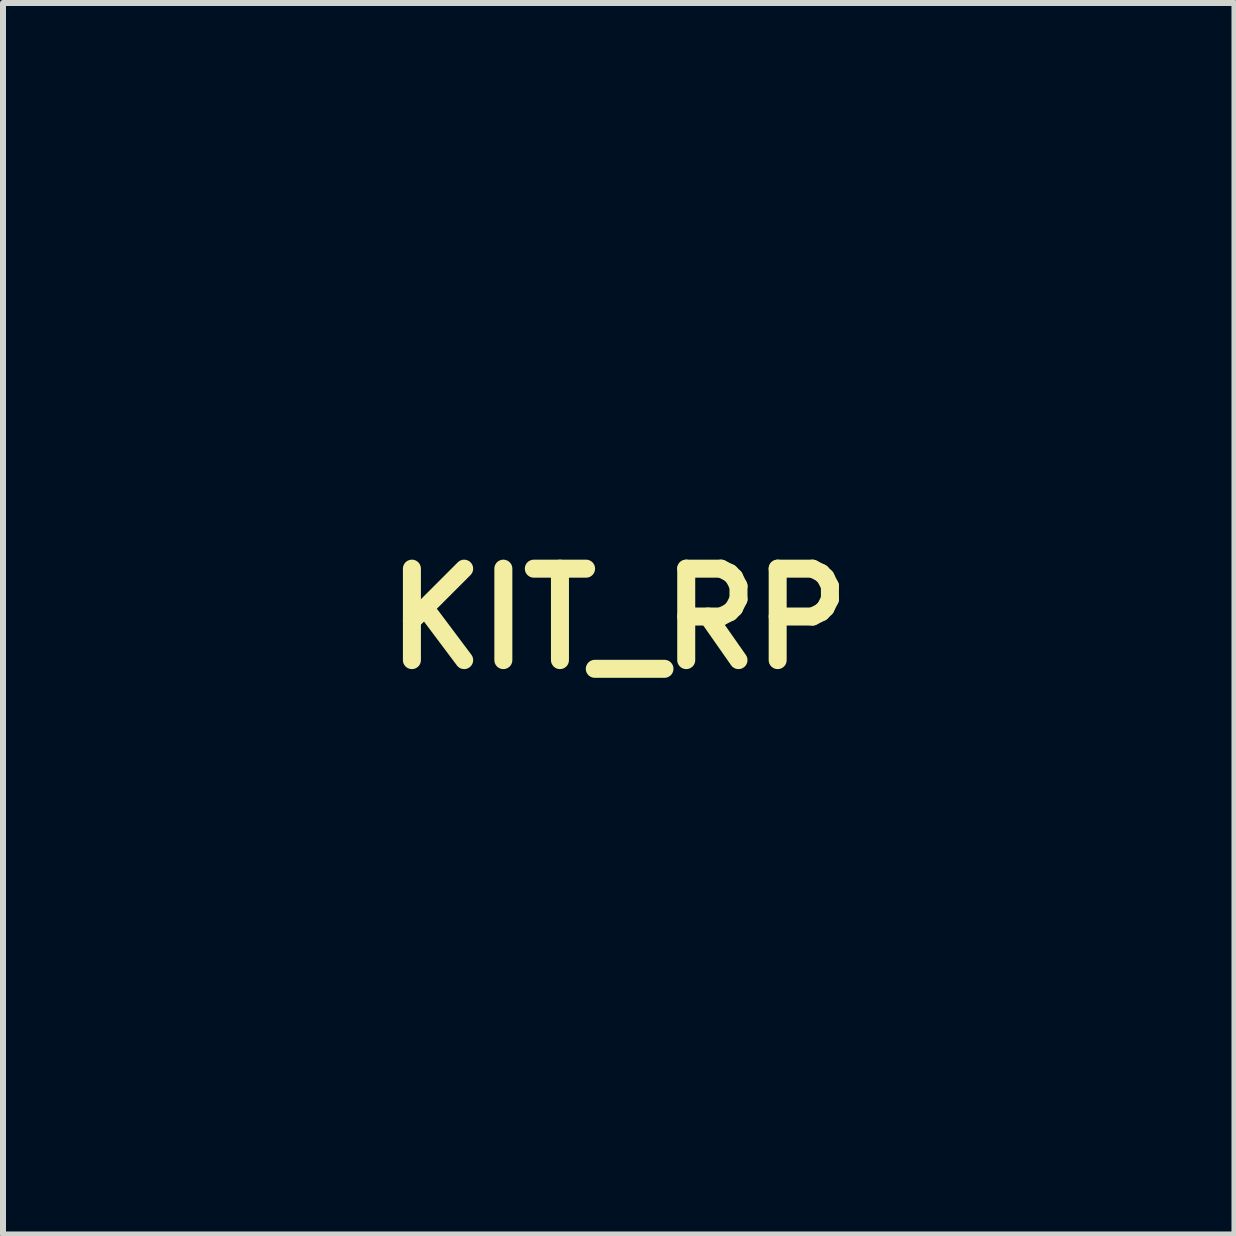
<source format=kicad_pcb>
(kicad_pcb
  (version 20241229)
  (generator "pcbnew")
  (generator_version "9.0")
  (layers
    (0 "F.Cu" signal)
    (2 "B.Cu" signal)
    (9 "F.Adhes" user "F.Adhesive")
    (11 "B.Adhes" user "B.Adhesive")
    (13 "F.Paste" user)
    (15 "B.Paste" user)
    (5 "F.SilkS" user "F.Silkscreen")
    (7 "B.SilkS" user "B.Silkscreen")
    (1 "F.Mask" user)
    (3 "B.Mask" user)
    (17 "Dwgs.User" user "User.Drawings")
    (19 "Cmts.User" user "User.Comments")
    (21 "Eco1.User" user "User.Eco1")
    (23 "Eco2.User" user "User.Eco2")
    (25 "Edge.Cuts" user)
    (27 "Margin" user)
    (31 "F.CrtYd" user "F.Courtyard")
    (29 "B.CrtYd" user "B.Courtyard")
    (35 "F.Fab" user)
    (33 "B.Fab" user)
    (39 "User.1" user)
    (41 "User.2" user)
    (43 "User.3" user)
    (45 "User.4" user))
  (footprint "KIT_RP"
    (layer "F.Cu")
    (at 7.262 7.262)
    (property "Reference" "KIT_RP" (at 0 0 0) (layer "F.SilkS") (effects (font (size 1.524 1.524) (thickness 0.3))))
    (attr through_hole)
    (fp_poly (pts (xy 0.898 -2.42) (xy 0.893 -2.401) (xy 0.886 -2.372) (xy 0.877 -2.335) (xy 0.866 -2.294) (xy 0.865 -2.288) (xy 0.856 -2.255) (xy 0.843 -2.209) (xy 0.829 -2.153) (xy 0.812 -2.089) (xy 0.793 -2.018) (xy 0.773 -1.943) (xy 0.752 -1.865) (xy 0.731 -1.786) (xy 0.722 -1.753) (xy 0.699 -1.666) (xy 0.673 -1.568) (xy 0.645 -1.462) (xy 0.616 -1.352) (xy 0.586 -1.241) (xy 0.557 -1.132) (xy 0.529 -1.028) (xy 0.504 -0.933) (xy 0.5 -0.918) (xy 0.478 -0.834) (xy 0.455 -0.749) (xy 0.433 -0.665) (xy 0.411 -0.583) (xy 0.39 -0.506) (xy 0.372 -0.435) (xy 0.355 -0.374) (xy 0.342 -0.322) (xy 0.334 -0.294) (xy 0.321 -0.243) (xy 0.304 -0.18) (xy 0.285 -0.107) (xy 0.263 -0.023) (xy 0.239 0.068) (xy 0.214 0.165) (xy 0.187 0.266) (xy 0.16 0.371) (xy 0.133 0.477) (xy 0.105 0.582) (xy 0.078 0.686) (xy 0.052 0.787) (xy 0.027 0.882) (xy 0.004 0.971) (xy -0.007 1.016) (xy -0.022 1.076) (xy -0.037 1.131) (xy -0.05 1.181) (xy -0.061 1.224) (xy -0.07 1.258) (xy -0.076 1.281) (xy -0.079 1.292) (xy -0.08 1.287) (xy -0.081 1.268) (xy -0.081 1.236) (xy -0.082 1.193) (xy -0.083 1.137) (xy -0.084 1.072) (xy -0.084 0.996) (xy -0.085 0.912) (xy -0.086 0.819) (xy -0.087 0.719) (xy -0.087 0.612) (xy -0.088 0.499) (xy -0.089 0.381) (xy -0.089 0.259) (xy -0.089 0.254) (xy -0.09 0.106) (xy -0.091 -0.028) (xy -0.091 -0.149) (xy -0.092 -0.258) (xy -0.092 -0.356) (xy -0.093 -0.443) (xy -0.094 -0.52) (xy -0.095 -0.589) (xy -0.096 -0.649) (xy -0.097 -0.701) (xy -0.098 -0.747) (xy -0.1 -0.787) (xy -0.102 -0.822) (xy -0.104 -0.852) (xy -0.106 -0.879) (xy -0.109 -0.903) (xy -0.112 -0.926) (xy -0.116 -0.947) (xy -0.12 -0.967) (xy -0.124 -0.988) (xy -0.129 -1.01) (xy -0.134 -1.034) (xy -0.135 -1.036) (xy -0.165 -1.152) (xy -0.205 -1.268) (xy -0.252 -1.379) (xy -0.306 -1.484) (xy -0.364 -1.578) (xy -0.373 -1.59) (xy -0.426 -1.666) (xy -0.389 -1.671) (xy -0.367 -1.674) (xy -0.334 -1.678) (xy -0.297 -1.683) (xy -0.266 -1.687) (xy -0.118 -1.714) (xy 0.025 -1.755) (xy 0.163 -1.809) (xy 0.297 -1.877) (xy 0.425 -1.958) (xy 0.547 -2.052) (xy 0.664 -2.159) (xy 0.775 -2.279) (xy 0.825 -2.34) (xy 0.849 -2.371) (xy 0.87 -2.396) (xy 0.887 -2.415) (xy 0.896 -2.426) (xy 0.899 -2.428) (xy 0.898 -2.42)) (stroke (width 0.01) (type solid)) (fill yes) (layer "F.Mask"))
    (fp_poly (pts (xy 0.338 -5.499) (xy 0.375 -5.496) (xy 0.42 -5.491) (xy 0.471 -5.485) (xy 0.526 -5.477) (xy 0.582 -5.469) (xy 0.636 -5.46) (xy 0.671 -5.454) (xy 0.888 -5.408) (xy 1.11 -5.35) (xy 1.34 -5.278) (xy 1.576 -5.194) (xy 1.819 -5.098) (xy 2.069 -4.988) (xy 2.325 -4.866) (xy 2.587 -4.731) (xy 2.856 -4.584) (xy 3.132 -4.424) (xy 3.413 -4.251) (xy 3.701 -4.066) (xy 3.995 -3.868) (xy 4.296 -3.657) (xy 4.603 -3.435) (xy 4.915 -3.199) (xy 5.234 -2.951) (xy 5.381 -2.835) (xy 5.453 -2.777) (xy 5.515 -2.728) (xy 5.566 -2.686) (xy 5.609 -2.652) (xy 5.642 -2.625) (xy 5.668 -2.604) (xy 5.686 -2.589) (xy 5.698 -2.579) (xy 5.703 -2.573) (xy 5.704 -2.572) (xy 5.697 -2.571) (xy 5.676 -2.571) (xy 5.641 -2.571) (xy 5.592 -2.571) (xy 5.531 -2.571) (xy 5.457 -2.571) (xy 5.371 -2.571) (xy 5.273 -2.571) (xy 5.163 -2.57) (xy 5.043 -2.57) (xy 4.912 -2.57) (xy 4.771 -2.57) (xy 4.62 -2.57) (xy 4.459 -2.57) (xy 4.29 -2.57) (xy 4.111 -2.57) (xy 3.925 -2.57) (xy 3.73 -2.569) (xy 3.528 -2.569) (xy 3.319 -2.569) (xy 3.103 -2.569) (xy 2.881 -2.569) (xy 2.653 -2.569) (xy 2.419 -2.569) (xy 2.18 -2.569) (xy 1.936 -2.569) (xy 1.688 -2.569) (xy 1.435 -2.569) (xy 1.179 -2.569) (xy 1.161 -2.569) (xy 0.862 -2.569) (xy 0.571 -2.569) (xy 0.287 -2.569) (xy 0.013 -2.569) (xy -0.253 -2.569) (xy -0.51 -2.569) (xy -0.757 -2.57) (xy -0.995 -2.57) (xy -1.223 -2.57) (xy -1.442 -2.57) (xy -1.65 -2.57) (xy -1.847 -2.57) (xy -2.034 -2.571) (xy -2.21 -2.571) (xy -2.374 -2.571) (xy -2.527 -2.572) (xy -2.668 -2.572) (xy -2.798 -2.572) (xy -2.915 -2.572) (xy -3.019 -2.573) (xy -3.111 -2.573) (xy -3.19 -2.574) (xy -3.256 -2.574) (xy -3.308 -2.574) (xy -3.347 -2.575) (xy -3.371 -2.575) (xy -3.381 -2.576) (xy -3.382 -2.576) (xy -3.38 -2.584) (xy -3.373 -2.605) (xy -3.362 -2.637) (xy -3.348 -2.68) (xy -3.33 -2.733) (xy -3.309 -2.795) (xy -3.286 -2.865) (xy -3.26 -2.941) (xy -3.232 -3.024) (xy -3.203 -3.111) (xy -3.172 -3.201) (xy -3.141 -3.295) (xy -3.108 -3.39) (xy -3.075 -3.487) (xy -3.043 -3.583) (xy -3.01 -3.678) (xy -2.979 -3.771) (xy -2.948 -3.861) (xy -2.919 -3.946) (xy -2.891 -4.027) (xy -2.866 -4.101) (xy -2.843 -4.168) (xy -2.822 -4.227) (xy -2.805 -4.278) (xy -2.791 -4.318) (xy -2.781 -4.347) (xy -2.775 -4.363) (xy -2.773 -4.367) (xy -2.767 -4.368) (xy -2.75 -4.369) (xy -2.722 -4.37) (xy -2.682 -4.371) (xy -2.631 -4.371) (xy -2.568 -4.372) (xy -2.492 -4.373) (xy -2.405 -4.373) (xy -2.305 -4.374) (xy -2.193 -4.374) (xy -2.067 -4.375) (xy -1.929 -4.375) (xy -1.778 -4.376) (xy -1.613 -4.376) (xy -1.434 -4.376) (xy -1.242 -4.377) (xy -1.036 -4.377) (xy -0.815 -4.377) (xy -0.662 -4.377) (xy -0.428 -4.378) (xy -0.209 -4.378) (xy -0.004 -4.378) (xy 0.187 -4.379) (xy 0.364 -4.379) (xy 0.527 -4.38) (xy 0.677 -4.38) (xy 0.812 -4.38) (xy 0.935 -4.381) (xy 1.043 -4.382) (xy 1.139 -4.382) (xy 1.221 -4.383) (xy 1.291 -4.383) (xy 1.347 -4.384) (xy 1.391 -4.385) (xy 1.422 -4.386) (xy 1.441 -4.386) (xy 1.447 -4.387) (xy 1.447 -4.397) (xy 1.444 -4.418) (xy 1.439 -4.446) (xy 1.433 -4.478) (xy 1.403 -4.602) (xy 1.367 -4.715) (xy 1.324 -4.817) (xy 1.273 -4.911) (xy 1.213 -4.998) (xy 1.144 -5.081) (xy 1.11 -5.116) (xy 1.018 -5.198) (xy 0.914 -5.272) (xy 0.799 -5.337) (xy 0.672 -5.393) (xy 0.533 -5.44) (xy 0.383 -5.478) (xy 0.36 -5.483) (xy 0.327 -5.49) (xy 0.306 -5.495) (xy 0.298 -5.498) (xy 0.301 -5.5) (xy 0.314 -5.5) (xy 0.338 -5.499)) (stroke (width 0.01) (type solid)) (fill yes) (layer "F.Mask"))
    (fp_poly (pts (xy 7.257 7.257) (xy -7.257 7.257) (xy -7.257 1.469) (xy -6.096 1.469) (xy -6.096 5.341) (xy -5.37 5.341) (xy -5.37 4.001) (xy -5.198 3.838) (xy -5.154 3.797) (xy -5.113 3.758) (xy -5.074 3.721) (xy -5.04 3.69) (xy -5.013 3.664) (xy -4.994 3.646) (xy -4.989 3.641) (xy -4.952 3.607) (xy -4.735 3.906) (xy -4.689 3.97) (xy -4.642 4.035) (xy -4.596 4.099) (xy -4.551 4.16) (xy -4.51 4.216) (xy -4.474 4.266) (xy -4.444 4.308) (xy -4.423 4.336) (xy -4.402 4.364) (xy -4.374 4.403) (xy -4.34 4.451) (xy -4.299 4.506) (xy -4.254 4.568) (xy -4.206 4.635) (xy -4.155 4.705) (xy -4.102 4.778) (xy -4.048 4.852) (xy -4.017 4.895) (xy -3.966 4.965) (xy -3.917 5.032) (xy -3.872 5.095) (xy -3.83 5.152) (xy -3.792 5.204) (xy -3.76 5.248) (xy -3.733 5.285) (xy -3.713 5.312) (xy -3.7 5.329) (xy -3.695 5.336) (xy -3.693 5.338) (xy -3.689 5.34) (xy -3.683 5.341) (xy -3.673 5.342) (xy -3.66 5.344) (xy -3.642 5.345) (xy -3.618 5.346) (xy -3.588 5.346) (xy -3.551 5.347) (xy -3.506 5.347) (xy -3.452 5.348) (xy -3.388 5.348) (xy -3.314 5.348) (xy -3.229 5.348) (xy -3.132 5.348) (xy -3.022 5.348) (xy -2.899 5.349) (xy -2.873 5.349) (xy -2.061 5.349) (xy -2.061 4.55) (xy -2.794 4.55) (xy -2.794 4.935) (xy -2.794 5.023) (xy -2.794 5.097) (xy -2.795 5.159) (xy -2.795 5.209) (xy -2.796 5.248) (xy -2.797 5.277) (xy -2.798 5.298) (xy -2.8 5.311) (xy -2.802 5.317) (xy -2.803 5.318) (xy -2.807 5.314) (xy -2.816 5.305) (xy -2.829 5.289) (xy -2.847 5.266) (xy -2.87 5.235) (xy -2.899 5.197) (xy -2.934 5.15) (xy -2.975 5.094) (xy -3.022 5.029) (xy -3.077 4.955) (xy -3.14 4.869) (xy -3.21 4.773) (xy -3.282 4.674) (xy -3.332 4.605) (xy -3.383 4.535) (xy -3.435 4.464) (xy -3.485 4.396) (xy -3.533 4.33) (xy -3.576 4.271) (xy -3.614 4.219) (xy -3.645 4.176) (xy -3.65 4.169) (xy -3.7 4.102) (xy -3.756 4.025) (xy -3.82 3.938) (xy -3.888 3.844) (xy -3.961 3.744) (xy -4.038 3.64) (xy -4.117 3.532) (xy -4.197 3.422) (xy -4.277 3.312) (xy -4.282 3.306) (xy -4.43 3.103) (xy -4.06 2.737) (xy -3.971 2.65) (xy -3.881 2.561) (xy -3.791 2.471) (xy -3.7 2.382) (xy -3.61 2.293) (xy -3.522 2.206) (xy -3.435 2.12) (xy -3.352 2.038) (xy -3.271 1.959) (xy -3.195 1.884) (xy -3.124 1.814) (xy -3.058 1.749) (xy -2.998 1.691) (xy -2.946 1.639) (xy -2.9 1.595) (xy -2.863 1.559) (xy -2.835 1.532) (xy -2.817 1.515) (xy -2.817 1.514) (xy -2.792 1.49) (xy -2.771 1.47) (xy -2.757 1.456) (xy -2.751 1.449) (xy -2.752 1.449) (xy -2.759 1.449) (xy -2.78 1.449) (xy -2.813 1.449) (xy -2.857 1.449) (xy -2.911 1.449) (xy -2.973 1.449) (xy -3.043 1.449) (xy -3.119 1.449) (xy -3.2 1.45) (xy -3.252 1.45) (xy -3.75 1.452) (xy -4.17 1.882) (xy -4.238 1.951) (xy -4.306 2.021) (xy -4.373 2.089) (xy -4.437 2.155) (xy -4.498 2.217) (xy -4.554 2.275) (xy -4.605 2.327) (xy -4.649 2.372) (xy -4.685 2.409) (xy -4.713 2.437) (xy -4.717 2.442) (xy -4.743 2.468) (xy -4.776 2.502) (xy -4.814 2.542) (xy -4.857 2.586) (xy -4.904 2.634) (xy -4.953 2.685) (xy -5.004 2.737) (xy -5.055 2.79) (xy -5.105 2.842) (xy -5.154 2.892) (xy -5.2 2.939) (xy -5.241 2.982) (xy -5.278 3.02) (xy -5.309 3.052) (xy -5.333 3.077) (xy -5.348 3.093) (xy -5.353 3.099) (xy -5.355 3.098) (xy -5.356 3.094) (xy -5.357 3.084) (xy -5.359 3.068) (xy -5.359 3.046) (xy -5.36 3.016) (xy -5.361 2.978) (xy -5.361 2.932) (xy -5.362 2.876) (xy -5.362 2.809) (xy -5.363 2.732) (xy -5.363 2.643) (xy -5.363 2.542) (xy -5.363 2.428) (xy -5.363 2.3) (xy -5.363 1.48) (xy -5.068 1.481) (xy -4.772 1.481) (xy -4.639 1.083) (xy -4.611 1) (xy -4.58 0.905) (xy -4.545 0.803) (xy -4.509 0.695) (xy -4.471 0.586) (xy -4.435 0.478) (xy -4.399 0.373) (xy -4.365 0.276) (xy -4.35 0.232) (xy -4.321 0.147) (xy -4.288 0.05) (xy -4.251 -0.056) (xy -4.213 -0.167) (xy -4.173 -0.283) (xy -4.133 -0.4) (xy -4.093 -0.515) (xy -4.055 -0.626) (xy -4.019 -0.731) (xy -4.003 -0.777) (xy -3.812 -1.332) (xy -3.056 -1.334) (xy -2.935 -1.334) (xy -2.827 -1.334) (xy -2.732 -1.334) (xy -2.648 -1.334) (xy -2.576 -1.334) (xy -2.513 -1.334) (xy -2.46 -1.334) (xy -2.415 -1.333) (xy -2.377 -1.333) (xy -2.345 -1.332) (xy -2.319 -1.331) (xy -2.298 -1.33) (xy -2.28 -1.329) (xy -2.265 -1.327) (xy -2.252 -1.325) (xy -2.24 -1.323) (xy -2.228 -1.321) (xy -2.226 -1.321) (xy -2.107 -1.291) (xy -1.999 -1.252) (xy -1.902 -1.202) (xy -1.815 -1.143) (xy -1.739 -1.075) (xy -1.674 -0.996) (xy -1.62 -0.908) (xy -1.576 -0.809) (xy -1.543 -0.701) (xy -1.524 -0.612) (xy -1.522 -0.597) (xy -1.52 -0.577) (xy -1.518 -0.553) (xy -1.516 -0.522) (xy -1.514 -0.486) (xy -1.513 -0.443) (xy -1.511 -0.393) (xy -1.509 -0.335) (xy -1.507 -0.269) (xy -1.505 -0.194) (xy -1.503 -0.11) (xy -1.501 -0.016) (xy -1.499 0.088) (xy -1.497 0.203) (xy -1.495 0.329) (xy -1.493 0.467) (xy -1.491 0.617) (xy -1.488 0.781) (xy -1.486 0.958) (xy -1.483 1.148) (xy -1.483 1.159) (xy -1.478 1.48) (xy -0.849 1.48) (xy -0.851 3.414) (xy -0.853 5.349) (xy -0.116 5.349) (xy -0.116 4.565) (xy 0.835 4.565) (xy 0.835 5.349) (xy 1.582 5.349) (xy 1.582 4.565) (xy 0.835 4.565) (xy -0.116 4.565) (xy -0.116 1.481) (xy 0.537 1.481) (xy 1.19 1.48) (xy 1.19 1.828) (xy 1.19 1.908) (xy 1.191 1.981) (xy 1.191 2.044) (xy 1.192 2.098) (xy 1.194 2.141) (xy 1.195 2.173) (xy 1.196 2.191) (xy 1.197 2.195) (xy 1.204 2.213) (xy 2.671 2.213) (xy 2.671 5.349) (xy 3.404 5.349) (xy 3.404 4.565) (xy 4.478 4.565) (xy 4.478 5.363) (xy 5.187 5.363) (xy 5.191 5.144) (xy 5.193 5.077) (xy 5.194 5.003) (xy 5.195 4.928) (xy 5.196 4.855) (xy 5.196 4.789) (xy 5.196 4.745) (xy 5.196 4.565) (xy 4.478 4.565) (xy 3.404 4.565) (xy 3.404 2.213) (xy 4.862 2.213) (xy 4.862 1.451) (xy 3.033 1.451) (xy 2.872 1.451) (xy 2.714 1.451) (xy 2.56 1.451) (xy 2.411 1.451) (xy 2.269 1.451) (xy 2.132 1.451) (xy 2.002 1.451) (xy 1.88 1.451) (xy 1.766 1.45) (xy 1.661 1.45) (xy 1.565 1.45) (xy 1.479 1.45) (xy 1.403 1.449) (xy 1.339 1.449) (xy 1.287 1.449) (xy 1.247 1.448) (xy 1.22 1.448) (xy 1.206 1.448) (xy 1.205 1.448) (xy 1.207 1.438) (xy 1.212 1.414) (xy 1.221 1.378) (xy 1.233 1.328) (xy 1.249 1.266) (xy 1.268 1.192) (xy 1.29 1.106) (xy 1.316 1.009) (xy 1.344 0.901) (xy 1.375 0.782) (xy 1.408 0.653) (xy 1.444 0.514) (xy 1.483 0.366) (xy 1.524 0.209) (xy 1.568 0.043) (xy 1.614 -0.131) (xy 1.662 -0.313) (xy 1.712 -0.502) (xy 1.764 -0.699) (xy 1.817 -0.902) (xy 1.825 -0.93) (xy 1.838 -0.983) (xy 1.851 -1.031) (xy 1.862 -1.073) (xy 1.871 -1.106) (xy 1.877 -1.13) (xy 1.879 -1.141) (xy 1.88 -1.142) (xy 1.887 -1.143) (xy 1.907 -1.143) (xy 1.941 -1.144) (xy 1.986 -1.144) (xy 2.043 -1.145) (xy 2.109 -1.145) (xy 2.185 -1.146) (xy 2.269 -1.146) (xy 2.361 -1.146) (xy 2.459 -1.146) (xy 2.563 -1.147) (xy 2.672 -1.147) (xy 2.767 -1.147) (xy 2.9 -1.147) (xy 3.02 -1.147) (xy 3.127 -1.147) (xy 3.222 -1.147) (xy 3.306 -1.147) (xy 3.38 -1.147) (xy 3.445 -1.148) (xy 3.502 -1.148) (xy 3.551 -1.149) (xy 3.594 -1.15) (xy 3.632 -1.15) (xy 3.665 -1.152) (xy 3.694 -1.153) (xy 3.72 -1.154) (xy 3.745 -1.156) (xy 3.768 -1.157) (xy 3.792 -1.159) (xy 3.809 -1.161) (xy 4.022 -1.185) (xy 4.224 -1.217) (xy 4.416 -1.256) (xy 4.6 -1.303) (xy 4.729 -1.343) (xy 4.805 -1.369) (xy 4.877 -1.396) (xy 4.948 -1.425) (xy 5.021 -1.457) (xy 5.098 -1.493) (xy 5.181 -1.534) (xy 5.273 -1.583) (xy 5.305 -1.6) (xy 5.468 -1.695) (xy 5.619 -1.796) (xy 5.759 -1.906) (xy 5.887 -2.024) (xy 6.004 -2.151) (xy 6.112 -2.288) (xy 6.21 -2.434) (xy 6.299 -2.592) (xy 6.329 -2.652) (xy 6.347 -2.688) (xy 6.362 -2.719) (xy 6.375 -2.743) (xy 6.383 -2.758) (xy 6.385 -2.761) (xy 6.391 -2.772) (xy 6.402 -2.795) (xy 6.416 -2.826) (xy 6.433 -2.863) (xy 6.452 -2.905) (xy 6.471 -2.949) (xy 6.489 -2.992) (xy 6.506 -3.033) (xy 6.52 -3.068) (xy 6.579 -3.231) (xy 6.627 -3.387) (xy 6.663 -3.539) (xy 6.69 -3.687) (xy 6.705 -3.835) (xy 6.711 -3.984) (xy 6.71 -4.079) (xy 6.705 -4.185) (xy 6.697 -4.28) (xy 6.684 -4.367) (xy 6.667 -4.449) (xy 6.645 -4.53) (xy 6.628 -4.582) (xy 6.58 -4.7) (xy 6.519 -4.81) (xy 6.446 -4.912) (xy 6.361 -5.007) (xy 6.263 -5.095) (xy 6.154 -5.174) (xy 6.032 -5.246) (xy 5.899 -5.31) (xy 5.754 -5.366) (xy 5.596 -5.414) (xy 5.427 -5.454) (xy 5.246 -5.487) (xy 5.203 -5.493) (xy 5.185 -5.495) (xy 5.169 -5.498) (xy 5.153 -5.5) (xy 5.138 -5.502) (xy 5.123 -5.504) (xy 5.107 -5.506) (xy 5.091 -5.508) (xy 5.075 -5.51) (xy 5.057 -5.512) (xy 5.037 -5.513) (xy 5.015 -5.515) (xy 4.991 -5.516) (xy 4.965 -5.518) (xy 4.935 -5.519) (xy 4.902 -5.52) (xy 4.865 -5.521) (xy 4.824 -5.522) (xy 4.778 -5.523) (xy 4.728 -5.524) (xy 4.672 -5.524) (xy 4.611 -5.525) (xy 4.544 -5.526) (xy 4.47 -5.526) (xy 4.39 -5.527) (xy 4.303 -5.527) (xy 4.209 -5.528) (xy 4.107 -5.528) (xy 3.996 -5.529) (xy 3.878 -5.529) (xy 3.75 -5.529) (xy 3.614 -5.529) (xy 3.467 -5.529) (xy 3.311 -5.53) (xy 3.145 -5.53) (xy 2.968 -5.53) (xy 2.781 -5.53) (xy 2.581 -5.53) (xy 2.371 -5.53) (xy 2.148 -5.53) (xy 1.913 -5.53) (xy 1.665 -5.53) (xy 1.404 -5.53) (xy 1.129 -5.53) (xy 0.841 -5.53) (xy 0.556 -5.53) (xy 0.257 -5.53) (xy -0.027 -5.53) (xy -0.297 -5.53) (xy -0.554 -5.53) (xy -0.798 -5.53) (xy -1.029 -5.53) (xy -1.247 -5.53) (xy -1.454 -5.53) (xy -1.648 -5.53) (xy -1.832 -5.53) (xy -2.004 -5.53) (xy -2.165 -5.529) (xy -2.316 -5.529) (xy -2.457 -5.529) (xy -2.588 -5.529) (xy -2.71 -5.529) (xy -2.823 -5.529) (xy -2.928 -5.529) (xy -3.023 -5.528) (xy -3.111 -5.528) (xy -3.192 -5.528) (xy -3.265 -5.528) (xy -3.331 -5.527) (xy -3.39 -5.527) (xy -3.444 -5.527) (xy -3.491 -5.526) (xy -3.533 -5.526) (xy -3.569 -5.525) (xy -3.601 -5.525) (xy -3.628 -5.524) (xy -3.651 -5.524) (xy -3.67 -5.523) (xy -3.685 -5.523) (xy -3.698 -5.522) (xy -3.707 -5.521) (xy -3.714 -5.52) (xy -3.719 -5.52) (xy -3.723 -5.519) (xy -3.724 -5.518) (xy -3.725 -5.517) (xy -3.728 -5.509) (xy -3.735 -5.487) (xy -3.746 -5.454) (xy -3.761 -5.41) (xy -3.779 -5.357) (xy -3.801 -5.295) (xy -3.824 -5.225) (xy -3.851 -5.148) (xy -3.879 -5.066) (xy -3.908 -4.979) (xy -3.937 -4.895) (xy -3.973 -4.789) (xy -4.012 -4.675) (xy -4.053 -4.556) (xy -4.094 -4.435) (xy -4.136 -4.313) (xy -4.177 -4.193) (xy -4.216 -4.077) (xy -4.253 -3.968) (xy -4.287 -3.869) (xy -4.315 -3.788) (xy -4.343 -3.704) (xy -4.372 -3.62) (xy -4.399 -3.54) (xy -4.425 -3.464) (xy -4.449 -3.394) (xy -4.47 -3.332) (xy -4.489 -3.277) (xy -4.504 -3.233) (xy -4.515 -3.2) (xy -4.52 -3.186) (xy -4.537 -3.136) (xy -4.558 -3.074) (xy -4.583 -3.002) (xy -4.611 -2.919) (xy -4.642 -2.829) (xy -4.675 -2.733) (xy -4.71 -2.631) (xy -4.746 -2.526) (xy -4.783 -2.418) (xy -4.82 -2.31) (xy -4.857 -2.202) (xy -4.892 -2.097) (xy -4.927 -1.996) (xy -4.96 -1.899) (xy -4.991 -1.809) (xy -5.019 -1.727) (xy -5.044 -1.654) (xy -5.065 -1.592) (xy -5.067 -1.586) (xy -5.096 -1.501) (xy -5.128 -1.405) (xy -5.163 -1.303) (xy -5.199 -1.198) (xy -5.234 -1.093) (xy -5.268 -0.992) (xy -5.3 -0.899) (xy -5.317 -0.849) (xy -5.35 -0.751) (xy -5.387 -0.645) (xy -5.425 -0.529) (xy -5.467 -0.405) (xy -5.513 -0.271) (xy -5.561 -0.127) (xy -5.613 0.028) (xy -5.669 0.195) (xy -5.729 0.373) (xy -5.793 0.563) (xy -5.861 0.766) (xy -5.933 0.983) (xy -5.933 0.983) (xy -6.096 1.469) (xy -7.257 1.469) (xy -7.257 -7.257) (xy 7.257 -7.257) (xy 7.257 7.257)) (stroke (width 0.01) (type solid)) (fill yes) (layer "F.Mask")))
  (gr_rect
    (start -3 -3)
    (end 17.524 17.524)
    (stroke (width 0.1) (type default))
    (fill no)
    (layer "Edge.Cuts")))
</source>
